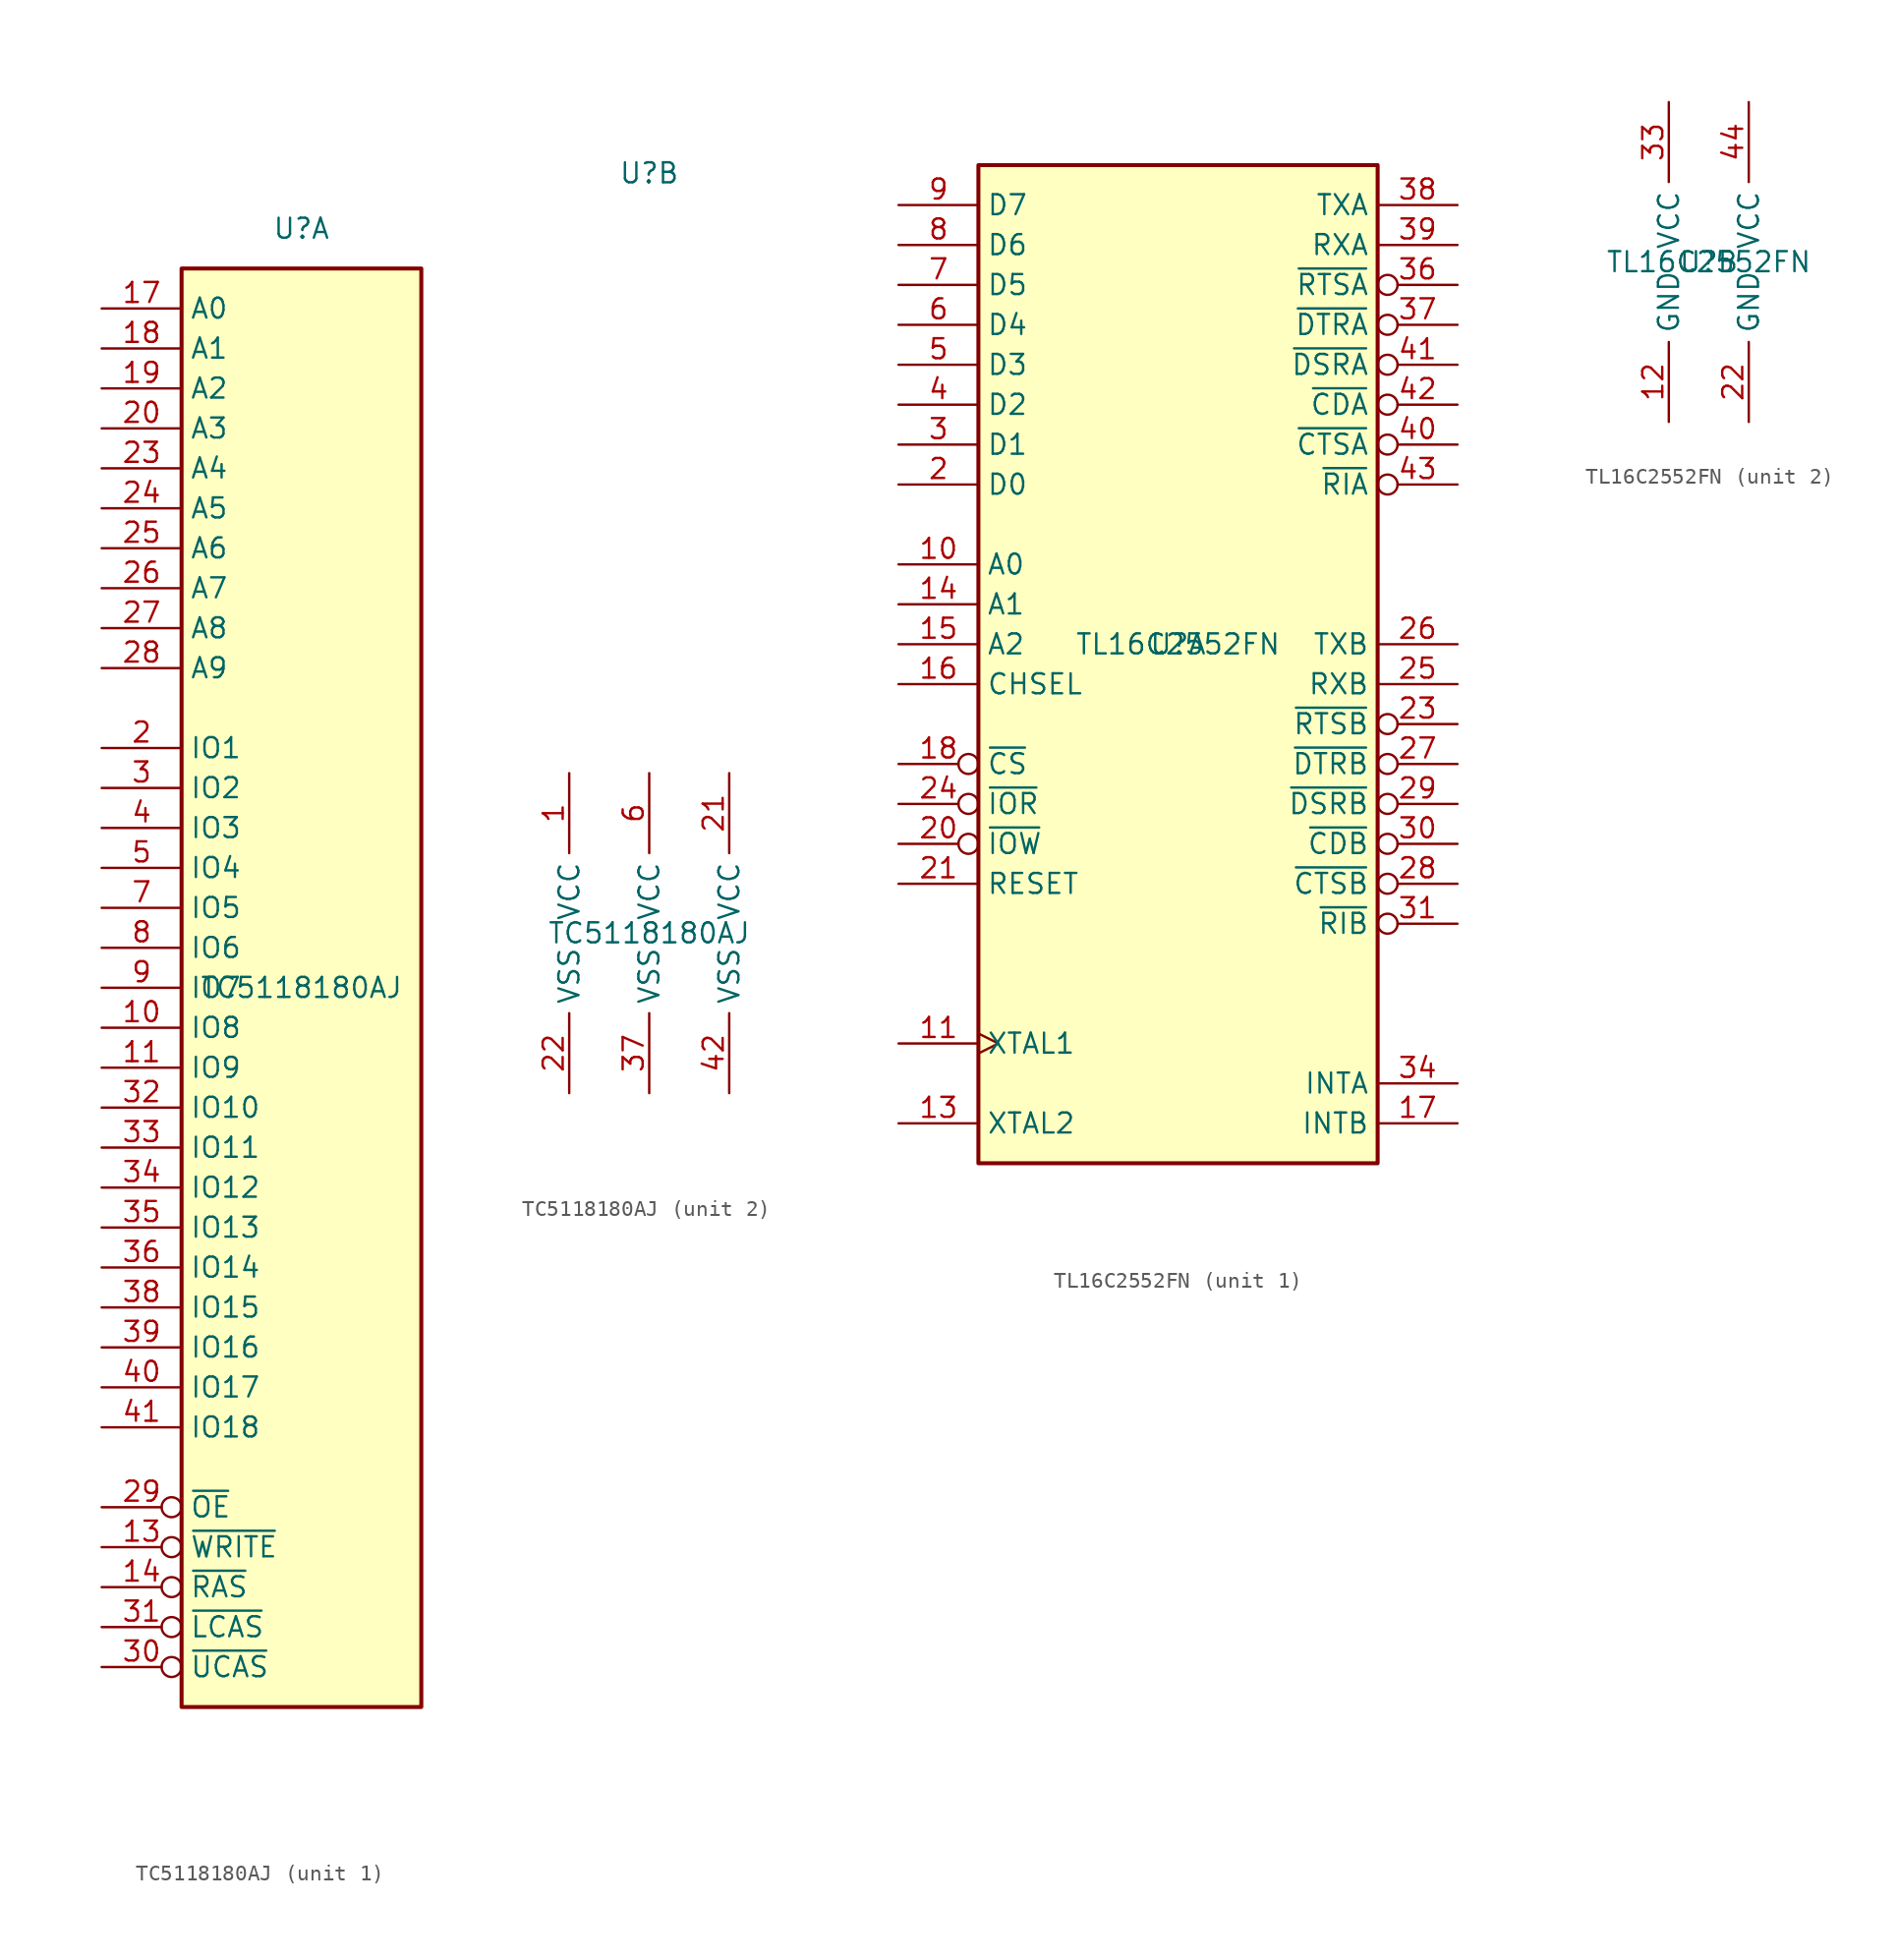
<source format=kicad_sym>
(kicad_symbol_lib
  (version 20211014)
  (generator kicad_symbol_editor)
  (symbol "TC5118180AJ"
    (property "Reference" "U"
      (at 0 48.26 0)
      (effects (font (size 1.27 1.27))))
    (property "Value" "TC5118180AJ"
      (at 0 0 0)
      (effects (font (size 1.27 1.27))))
    (property "ki_locked" ""
      (at 0 0 0)
      (effects (font (size 1.27 1.27))))
    (symbol "TC5118180AJ_1_1"
      (rectangle (start -7.62 45.72) (end 7.62 -45.72) (stroke (width 0.254) (type default) (color 0 0 0 0)) (fill (type background)))
      (pin bidirectional line (at -12.7 -2.54 0) (length 5.08) (name "IO8" (effects (font (size 1.27 1.27)))) (number "10" (effects (font (size 1.27 1.27)))))
      (pin bidirectional line (at -12.7 -5.08 0) (length 5.08) (name "IO9" (effects (font (size 1.27 1.27)))) (number "11" (effects (font (size 1.27 1.27)))))
      (pin input inverted (at -12.7 -35.56 0) (length 5.08) (name "~{WRITE}" (effects (font (size 1.27 1.27)))) (number "13" (effects (font (size 1.27 1.27)))))
      (pin input inverted (at -12.7 -38.1 0) (length 5.08) (name "~{RAS}" (effects (font (size 1.27 1.27)))) (number "14" (effects (font (size 1.27 1.27)))))
      (pin input line (at -12.7 43.18 0) (length 5.08) (name "A0" (effects (font (size 1.27 1.27)))) (number "17" (effects (font (size 1.27 1.27)))))
      (pin input line (at -12.7 40.64 0) (length 5.08) (name "A1" (effects (font (size 1.27 1.27)))) (number "18" (effects (font (size 1.27 1.27)))))
      (pin input line (at -12.7 38.1 0) (length 5.08) (name "A2" (effects (font (size 1.27 1.27)))) (number "19" (effects (font (size 1.27 1.27)))))
      (pin bidirectional line (at -12.7 15.24 0) (length 5.08) (name "IO1" (effects (font (size 1.27 1.27)))) (number "2" (effects (font (size 1.27 1.27)))))
      (pin input line (at -12.7 35.56 0) (length 5.08) (name "A3" (effects (font (size 1.27 1.27)))) (number "20" (effects (font (size 1.27 1.27)))))
      (pin input line (at -12.7 33.02 0) (length 5.08) (name "A4" (effects (font (size 1.27 1.27)))) (number "23" (effects (font (size 1.27 1.27)))))
      (pin input line (at -12.7 30.48 0) (length 5.08) (name "A5" (effects (font (size 1.27 1.27)))) (number "24" (effects (font (size 1.27 1.27)))))
      (pin input line (at -12.7 27.94 0) (length 5.08) (name "A6" (effects (font (size 1.27 1.27)))) (number "25" (effects (font (size 1.27 1.27)))))
      (pin input line (at -12.7 25.4 0) (length 5.08) (name "A7" (effects (font (size 1.27 1.27)))) (number "26" (effects (font (size 1.27 1.27)))))
      (pin input line (at -12.7 22.86 0) (length 5.08) (name "A8" (effects (font (size 1.27 1.27)))) (number "27" (effects (font (size 1.27 1.27)))))
      (pin input line (at -12.7 20.32 0) (length 5.08) (name "A9" (effects (font (size 1.27 1.27)))) (number "28" (effects (font (size 1.27 1.27)))))
      (pin input inverted (at -12.7 -33.02 0) (length 5.08) (name "~{OE}" (effects (font (size 1.27 1.27)))) (number "29" (effects (font (size 1.27 1.27)))))
      (pin bidirectional line (at -12.7 12.7 0) (length 5.08) (name "IO2" (effects (font (size 1.27 1.27)))) (number "3" (effects (font (size 1.27 1.27)))))
      (pin input inverted (at -12.7 -43.18 0) (length 5.08) (name "~{UCAS}" (effects (font (size 1.27 1.27)))) (number "30" (effects (font (size 1.27 1.27)))))
      (pin input inverted (at -12.7 -40.64 0) (length 5.08) (name "~{LCAS}" (effects (font (size 1.27 1.27)))) (number "31" (effects (font (size 1.27 1.27)))))
      (pin bidirectional line (at -12.7 -7.62 0) (length 5.08) (name "IO10" (effects (font (size 1.27 1.27)))) (number "32" (effects (font (size 1.27 1.27)))))
      (pin bidirectional line (at -12.7 -10.16 0) (length 5.08) (name "IO11" (effects (font (size 1.27 1.27)))) (number "33" (effects (font (size 1.27 1.27)))))
      (pin bidirectional line (at -12.7 -12.7 0) (length 5.08) (name "IO12" (effects (font (size 1.27 1.27)))) (number "34" (effects (font (size 1.27 1.27)))))
      (pin bidirectional line (at -12.7 -15.24 0) (length 5.08) (name "IO13" (effects (font (size 1.27 1.27)))) (number "35" (effects (font (size 1.27 1.27)))))
      (pin bidirectional line (at -12.7 -17.78 0) (length 5.08) (name "IO14" (effects (font (size 1.27 1.27)))) (number "36" (effects (font (size 1.27 1.27)))))
      (pin bidirectional line (at -12.7 -20.32 0) (length 5.08) (name "IO15" (effects (font (size 1.27 1.27)))) (number "38" (effects (font (size 1.27 1.27)))))
      (pin bidirectional line (at -12.7 -22.86 0) (length 5.08) (name "IO16" (effects (font (size 1.27 1.27)))) (number "39" (effects (font (size 1.27 1.27)))))
      (pin bidirectional line (at -12.7 10.16 0) (length 5.08) (name "IO3" (effects (font (size 1.27 1.27)))) (number "4" (effects (font (size 1.27 1.27)))))
      (pin bidirectional line (at -12.7 -25.4 0) (length 5.08) (name "IO17" (effects (font (size 1.27 1.27)))) (number "40" (effects (font (size 1.27 1.27)))))
      (pin bidirectional line (at -12.7 -27.94 0) (length 5.08) (name "IO18" (effects (font (size 1.27 1.27)))) (number "41" (effects (font (size 1.27 1.27)))))
      (pin bidirectional line (at -12.7 7.62 0) (length 5.08) (name "IO4" (effects (font (size 1.27 1.27)))) (number "5" (effects (font (size 1.27 1.27)))))
      (pin bidirectional line (at -12.7 5.08 0) (length 5.08) (name "IO5" (effects (font (size 1.27 1.27)))) (number "7" (effects (font (size 1.27 1.27)))))
      (pin bidirectional line (at -12.7 2.54 0) (length 5.08) (name "IO6" (effects (font (size 1.27 1.27)))) (number "8" (effects (font (size 1.27 1.27)))))
      (pin bidirectional line (at -12.7 0 0) (length 5.08) (name "IO7" (effects (font (size 1.27 1.27)))) (number "9" (effects (font (size 1.27 1.27))))))
    (symbol "TC5118180AJ_2_1"
      (pin power_in line (at -5.08 10.16 270) (length 5.08) (name "VCC" (effects (font (size 1.27 1.27)))) (number "1" (effects (font (size 1.27 1.27)))))
      (pin power_in line (at 5.08 10.16 270) (length 5.08) (name "VCC" (effects (font (size 1.27 1.27)))) (number "21" (effects (font (size 1.27 1.27)))))
      (pin power_in line (at -5.08 -10.16 90) (length 5.08) (name "VSS" (effects (font (size 1.27 1.27)))) (number "22" (effects (font (size 1.27 1.27)))))
      (pin power_in line (at 0 -10.16 90) (length 5.08) (name "VSS" (effects (font (size 1.27 1.27)))) (number "37" (effects (font (size 1.27 1.27)))))
      (pin power_in line (at 5.08 -10.16 90) (length 5.08) (name "VSS" (effects (font (size 1.27 1.27)))) (number "42" (effects (font (size 1.27 1.27)))))
      (pin power_in line (at 0 10.16 270) (length 5.08) (name "VCC" (effects (font (size 1.27 1.27)))) (number "6" (effects (font (size 1.27 1.27)))))))
  (symbol "TL16C2552FN"
    (property "Reference" "U"
      (at 0 0 0)
      (effects (font (size 1.27 1.27))))
    (property "Value" "TL16C2552FN"
      (at 0 0 0)
      (effects (font (size 1.27 1.27))))
    (property "ki_locked" ""
      (at 0 0 0)
      (effects (font (size 1.27 1.27))))
    (symbol "TL16C2552FN_1_1"
      (rectangle (start -12.7 30.48) (end 12.7 -33.02) (stroke (width 0.254) (type default) (color 0 0 0 0)) (fill (type background)))
      (pin input line (at -17.78 5.08 0) (length 5.08) (name "A0" (effects (font (size 1.27 1.27)))) (number "10" (effects (font (size 1.27 1.27)))))
      (pin input clock (at -17.78 -25.4 0) (length 5.08) (name "XTAL1" (effects (font (size 1.27 1.27)))) (number "11" (effects (font (size 1.27 1.27)))))
      (pin output line (at -17.78 -30.48 0) (length 5.08) (name "XTAL2" (effects (font (size 1.27 1.27)))) (number "13" (effects (font (size 1.27 1.27)))))
      (pin input line (at -17.78 2.54 0) (length 5.08) (name "A1" (effects (font (size 1.27 1.27)))) (number "14" (effects (font (size 1.27 1.27)))))
      (pin input line (at -17.78 0 0) (length 5.08) (name "A2" (effects (font (size 1.27 1.27)))) (number "15" (effects (font (size 1.27 1.27)))))
      (pin input line (at -17.78 -2.54 0) (length 5.08) (name "CHSEL" (effects (font (size 1.27 1.27)))) (number "16" (effects (font (size 1.27 1.27)))))
      (pin output line (at 17.78 -30.48 180) (length 5.08) (name "INTB" (effects (font (size 1.27 1.27)))) (number "17" (effects (font (size 1.27 1.27)))))
      (pin input inverted (at -17.78 -7.62 0) (length 5.08) (name "~{CS}" (effects (font (size 1.27 1.27)))) (number "18" (effects (font (size 1.27 1.27)))))
      (pin bidirectional line (at -17.78 10.16 0) (length 5.08) (name "D0" (effects (font (size 1.27 1.27)))) (number "2" (effects (font (size 1.27 1.27)))))
      (pin input inverted (at -17.78 -12.7 0) (length 5.08) (name "~{IOW}" (effects (font (size 1.27 1.27)))) (number "20" (effects (font (size 1.27 1.27)))))
      (pin input line (at -17.78 -15.24 0) (length 5.08) (name "RESET" (effects (font (size 1.27 1.27)))) (number "21" (effects (font (size 1.27 1.27)))))
      (pin input inverted (at 17.78 -5.08 180) (length 5.08) (name "~{RTSB}" (effects (font (size 1.27 1.27)))) (number "23" (effects (font (size 1.27 1.27)))))
      (pin input inverted (at -17.78 -10.16 0) (length 5.08) (name "~{IOR}" (effects (font (size 1.27 1.27)))) (number "24" (effects (font (size 1.27 1.27)))))
      (pin input line (at 17.78 -2.54 180) (length 5.08) (name "RXB" (effects (font (size 1.27 1.27)))) (number "25" (effects (font (size 1.27 1.27)))))
      (pin input line (at 17.78 0 180) (length 5.08) (name "TXB" (effects (font (size 1.27 1.27)))) (number "26" (effects (font (size 1.27 1.27)))))
      (pin input inverted (at 17.78 -7.62 180) (length 5.08) (name "~{DTRB}" (effects (font (size 1.27 1.27)))) (number "27" (effects (font (size 1.27 1.27)))))
      (pin input inverted (at 17.78 -15.24 180) (length 5.08) (name "~{CTSB}" (effects (font (size 1.27 1.27)))) (number "28" (effects (font (size 1.27 1.27)))))
      (pin input inverted (at 17.78 -10.16 180) (length 5.08) (name "~{DSRB}" (effects (font (size 1.27 1.27)))) (number "29" (effects (font (size 1.27 1.27)))))
      (pin bidirectional line (at -17.78 12.7 0) (length 5.08) (name "D1" (effects (font (size 1.27 1.27)))) (number "3" (effects (font (size 1.27 1.27)))))
      (pin input inverted (at 17.78 -12.7 180) (length 5.08) (name "~{CDB}" (effects (font (size 1.27 1.27)))) (number "30" (effects (font (size 1.27 1.27)))))
      (pin input inverted (at 17.78 -17.78 180) (length 5.08) (name "~{RIB}" (effects (font (size 1.27 1.27)))) (number "31" (effects (font (size 1.27 1.27)))))
      (pin output line (at 17.78 -27.94 180) (length 5.08) (name "INTA" (effects (font (size 1.27 1.27)))) (number "34" (effects (font (size 1.27 1.27)))))
      (pin input inverted (at 17.78 22.86 180) (length 5.08) (name "~{RTSA}" (effects (font (size 1.27 1.27)))) (number "36" (effects (font (size 1.27 1.27)))))
      (pin input inverted (at 17.78 20.32 180) (length 5.08) (name "~{DTRA}" (effects (font (size 1.27 1.27)))) (number "37" (effects (font (size 1.27 1.27)))))
      (pin input line (at 17.78 27.94 180) (length 5.08) (name "TXA" (effects (font (size 1.27 1.27)))) (number "38" (effects (font (size 1.27 1.27)))))
      (pin input line (at 17.78 25.4 180) (length 5.08) (name "RXA" (effects (font (size 1.27 1.27)))) (number "39" (effects (font (size 1.27 1.27)))))
      (pin bidirectional line (at -17.78 15.24 0) (length 5.08) (name "D2" (effects (font (size 1.27 1.27)))) (number "4" (effects (font (size 1.27 1.27)))))
      (pin input inverted (at 17.78 12.7 180) (length 5.08) (name "~{CTSA}" (effects (font (size 1.27 1.27)))) (number "40" (effects (font (size 1.27 1.27)))))
      (pin input inverted (at 17.78 17.78 180) (length 5.08) (name "~{DSRA}" (effects (font (size 1.27 1.27)))) (number "41" (effects (font (size 1.27 1.27)))))
      (pin input inverted (at 17.78 15.24 180) (length 5.08) (name "~{CDA}" (effects (font (size 1.27 1.27)))) (number "42" (effects (font (size 1.27 1.27)))))
      (pin input inverted (at 17.78 10.16 180) (length 5.08) (name "~{RIA}" (effects (font (size 1.27 1.27)))) (number "43" (effects (font (size 1.27 1.27)))))
      (pin bidirectional line (at -17.78 17.78 0) (length 5.08) (name "D3" (effects (font (size 1.27 1.27)))) (number "5" (effects (font (size 1.27 1.27)))))
      (pin bidirectional line (at -17.78 20.32 0) (length 5.08) (name "D4" (effects (font (size 1.27 1.27)))) (number "6" (effects (font (size 1.27 1.27)))))
      (pin bidirectional line (at -17.78 22.86 0) (length 5.08) (name "D5" (effects (font (size 1.27 1.27)))) (number "7" (effects (font (size 1.27 1.27)))))
      (pin bidirectional line (at -17.78 25.4 0) (length 5.08) (name "D6" (effects (font (size 1.27 1.27)))) (number "8" (effects (font (size 1.27 1.27)))))
      (pin bidirectional line (at -17.78 27.94 0) (length 5.08) (name "D7" (effects (font (size 1.27 1.27)))) (number "9" (effects (font (size 1.27 1.27))))))
    (symbol "TL16C2552FN_2_1"
      (pin power_in line (at -2.54 -10.16 90) (length 5.08) (name "GND" (effects (font (size 1.27 1.27)))) (number "12" (effects (font (size 1.27 1.27)))))
      (pin power_in line (at 2.54 -10.16 90) (length 5.08) (name "GND" (effects (font (size 1.27 1.27)))) (number "22" (effects (font (size 1.27 1.27)))))
      (pin power_in line (at -2.54 10.16 270) (length 5.08) (name "VCC" (effects (font (size 1.27 1.27)))) (number "33" (effects (font (size 1.27 1.27)))))
      (pin power_in line (at 2.54 10.16 270) (length 5.08) (name "VCC" (effects (font (size 1.27 1.27)))) (number "44" (effects (font (size 1.27 1.27))))))))
</source>
